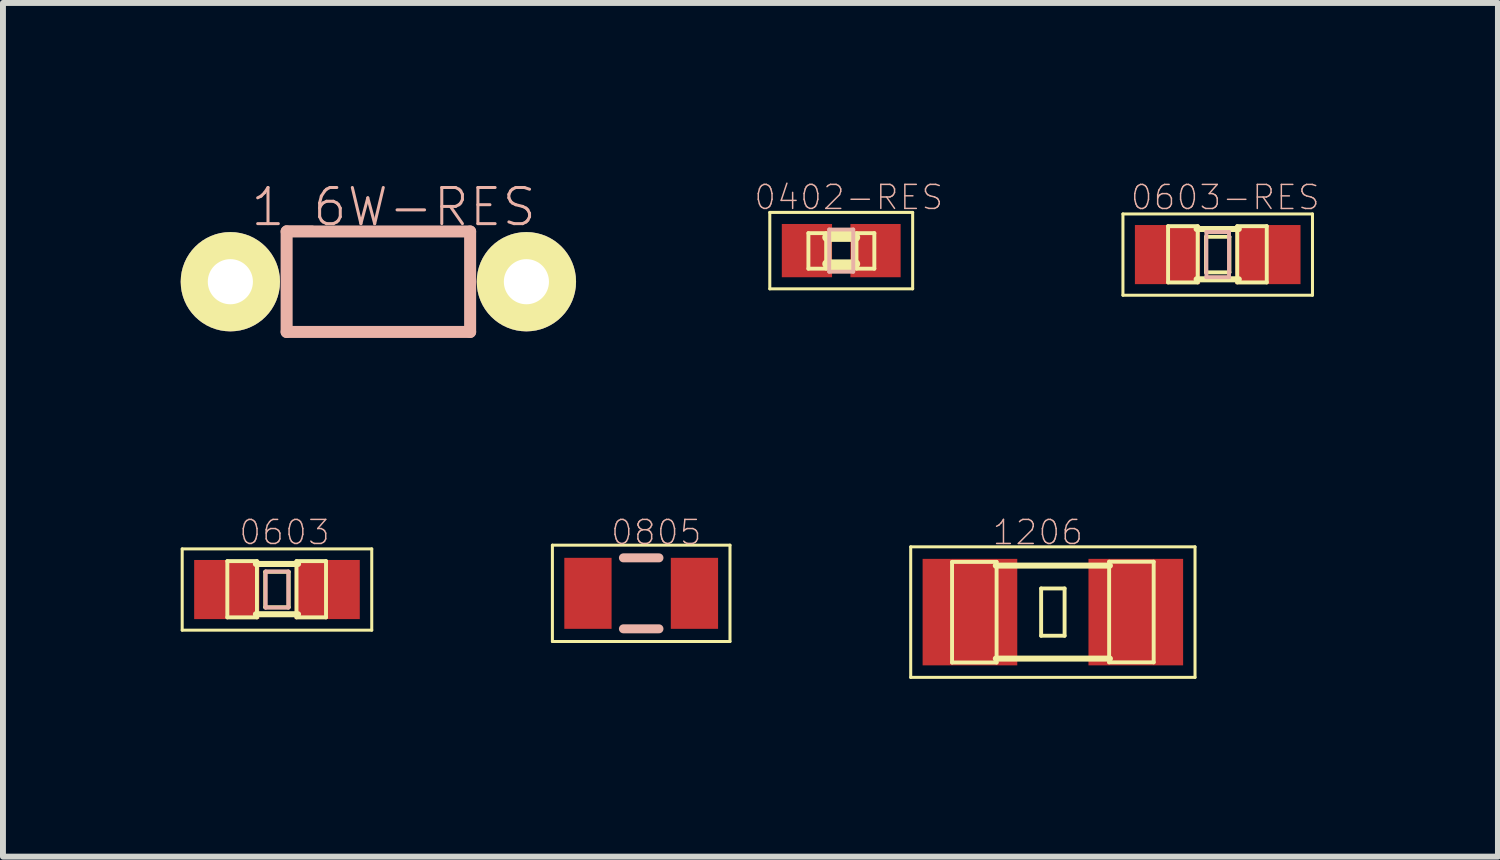
<source format=kicad_pcb>
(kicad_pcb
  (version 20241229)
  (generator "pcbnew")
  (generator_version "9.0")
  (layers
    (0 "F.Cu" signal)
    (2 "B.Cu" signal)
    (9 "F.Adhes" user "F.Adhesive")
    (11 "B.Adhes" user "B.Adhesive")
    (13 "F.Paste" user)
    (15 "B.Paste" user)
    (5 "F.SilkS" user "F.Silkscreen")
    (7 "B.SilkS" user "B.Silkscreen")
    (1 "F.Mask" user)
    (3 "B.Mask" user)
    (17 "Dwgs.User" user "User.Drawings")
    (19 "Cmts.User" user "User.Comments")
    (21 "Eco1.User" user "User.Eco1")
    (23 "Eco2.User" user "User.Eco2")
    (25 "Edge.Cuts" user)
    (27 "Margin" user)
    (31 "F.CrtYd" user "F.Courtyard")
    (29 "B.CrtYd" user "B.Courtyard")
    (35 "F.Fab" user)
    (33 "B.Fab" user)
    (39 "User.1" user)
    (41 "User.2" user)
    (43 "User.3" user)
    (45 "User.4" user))
  (footprint "0603"
    (layer "F.Cu")
    (at 1.626 6.903)
    (property "Reference" "0603" (at 0.127 -0.965 0) (layer "B.SilkS") (effects (font (size 0.406 0.406) (thickness 0.025))))
    (attr smd)
    (fp_line (start -1.6 -0.686) (end 1.6 -0.686) (stroke (width 0.051) (type solid)) (layer "F.SilkS"))
    (fp_line (start -1.6 0.686) (end -1.6 -0.686) (stroke (width 0.051) (type solid)) (layer "F.SilkS"))
    (fp_line (start -0.838 -0.48) (end -0.338 -0.48) (stroke (width 0.066) (type solid)) (layer "F.SilkS"))
    (fp_line (start -0.838 0.47) (end -0.838 -0.48) (stroke (width 0.066) (type solid)) (layer "F.SilkS"))
    (fp_line (start -0.838 0.47) (end -0.338 0.47) (stroke (width 0.066) (type solid)) (layer "F.SilkS"))
    (fp_line (start -0.356 -0.432) (end 0.356 -0.432) (stroke (width 0.102) (type solid)) (layer "F.SilkS"))
    (fp_line (start -0.356 0.417) (end 0.356 0.417) (stroke (width 0.102) (type solid)) (layer "F.SilkS"))
    (fp_line (start -0.338 0.47) (end -0.338 -0.48) (stroke (width 0.066) (type solid)) (layer "F.SilkS"))
    (fp_line (start -0.198 -0.3) (end 0.198 -0.3) (stroke (width 0.066) (type solid)) (layer "F.SilkS"))
    (fp_line (start -0.198 0.3) (end -0.198 -0.3) (stroke (width 0.066) (type solid)) (layer "F.SilkS"))
    (fp_line (start -0.198 0.3) (end 0.198 0.3) (stroke (width 0.066) (type solid)) (layer "F.SilkS"))
    (fp_line (start 0.198 0.3) (end 0.198 -0.3) (stroke (width 0.066) (type solid)) (layer "F.SilkS"))
    (fp_line (start 0.33 -0.48) (end 0.828 -0.48) (stroke (width 0.066) (type solid)) (layer "F.SilkS"))
    (fp_line (start 0.33 0.47) (end 0.33 -0.48) (stroke (width 0.066) (type solid)) (layer "F.SilkS"))
    (fp_line (start 0.33 0.47) (end 0.828 0.47) (stroke (width 0.066) (type solid)) (layer "F.SilkS"))
    (fp_line (start 0.828 0.47) (end 0.828 -0.48) (stroke (width 0.066) (type solid)) (layer "F.SilkS"))
    (fp_line (start 1.6 -0.686) (end 1.6 0.686) (stroke (width 0.051) (type solid)) (layer "F.SilkS"))
    (fp_line (start 1.6 0.686) (end -1.6 0.686) (stroke (width 0.051) (type solid)) (layer "F.SilkS"))
    (fp_line (start -0.191 -0.305) (end 0.191 -0.305) (stroke (width 0.066) (type solid)) (layer "B.SilkS"))
    (fp_line (start -0.191 0.305) (end -0.191 -0.305) (stroke (width 0.066) (type solid)) (layer "B.SilkS"))
    (fp_line (start -0.191 0.305) (end 0.191 0.305) (stroke (width 0.066) (type solid)) (layer "B.SilkS"))
    (fp_line (start 0.191 0.305) (end 0.191 -0.305) (stroke (width 0.066) (type solid)) (layer "B.SilkS"))
    (pad "1" smd rect (at -0.848 0) (size 1.1 0.998) (layers "F.Cu" "F.Mask" "F.Paste"))
    (pad "2" smd rect (at 0.848 0) (size 1.1 0.998) (layers "F.Cu" "F.Mask" "F.Paste")))
  (footprint "1206"
    (layer "F.Cu")
    (at 14.725 7.284)
    (property "Reference" "1206" (at -0.254 -1.346 0) (layer "B.SilkS") (effects (font (size 0.406 0.406) (thickness 0.025))))
    (attr smd)
    (fp_line (start -2.4 -1.102) (end 2.4 -1.102) (stroke (width 0.051) (type solid)) (layer "F.SilkS"))
    (fp_line (start -2.4 1.102) (end -2.4 -1.102) (stroke (width 0.051) (type solid)) (layer "F.SilkS"))
    (fp_line (start -1.702 -0.848) (end -0.95 -0.848) (stroke (width 0.066) (type solid)) (layer "F.SilkS"))
    (fp_line (start -1.702 0.851) (end -1.702 -0.848) (stroke (width 0.066) (type solid)) (layer "F.SilkS"))
    (fp_line (start -1.702 0.851) (end -0.95 0.851) (stroke (width 0.066) (type solid)) (layer "F.SilkS"))
    (fp_line (start -0.963 -0.785) (end 0.963 -0.785) (stroke (width 0.102) (type solid)) (layer "F.SilkS"))
    (fp_line (start -0.963 0.785) (end 0.963 0.785) (stroke (width 0.102) (type solid)) (layer "F.SilkS"))
    (fp_line (start -0.95 0.851) (end -0.95 -0.848) (stroke (width 0.066) (type solid)) (layer "F.SilkS"))
    (fp_line (start -0.198 -0.399) (end 0.198 -0.399) (stroke (width 0.066) (type solid)) (layer "F.SilkS"))
    (fp_line (start -0.198 0.399) (end -0.198 -0.399) (stroke (width 0.066) (type solid)) (layer "F.SilkS"))
    (fp_line (start -0.198 0.399) (end 0.198 0.399) (stroke (width 0.066) (type solid)) (layer "F.SilkS"))
    (fp_line (start 0.198 0.399) (end 0.198 -0.399) (stroke (width 0.066) (type solid)) (layer "F.SilkS"))
    (fp_line (start 0.95 -0.851) (end 1.702 -0.851) (stroke (width 0.066) (type solid)) (layer "F.SilkS"))
    (fp_line (start 0.95 0.848) (end 0.95 -0.851) (stroke (width 0.066) (type solid)) (layer "F.SilkS"))
    (fp_line (start 0.95 0.848) (end 1.702 0.848) (stroke (width 0.066) (type solid)) (layer "F.SilkS"))
    (fp_line (start 1.702 0.848) (end 1.702 -0.851) (stroke (width 0.066) (type solid)) (layer "F.SilkS"))
    (fp_line (start 2.4 -1.102) (end 2.4 1.102) (stroke (width 0.051) (type solid)) (layer "F.SilkS"))
    (fp_line (start 2.4 1.102) (end -2.4 1.102) (stroke (width 0.051) (type solid)) (layer "F.SilkS"))
    (pad "1" smd rect (at -1.4 0) (size 1.598 1.798) (layers "F.Cu" "F.Mask" "F.Paste"))
    (pad "2" smd rect (at 1.4 0) (size 1.598 1.798) (layers "F.Cu" "F.Mask" "F.Paste")))
  (footprint "0603-RES"
    (layer "F.Cu")
    (at 17.508 1.248)
    (property "Reference" "0603-RES" (at 0.127 -0.965 0) (layer "B.SilkS") (effects (font (size 0.406 0.406) (thickness 0.025))))
    (attr smd)
    (fp_line (start -1.6 -0.686) (end 1.6 -0.686) (stroke (width 0.051) (type solid)) (layer "F.SilkS"))
    (fp_line (start -1.6 0.686) (end -1.6 -0.686) (stroke (width 0.051) (type solid)) (layer "F.SilkS"))
    (fp_line (start -0.838 -0.48) (end -0.338 -0.48) (stroke (width 0.066) (type solid)) (layer "F.SilkS"))
    (fp_line (start -0.838 0.47) (end -0.838 -0.48) (stroke (width 0.066) (type solid)) (layer "F.SilkS"))
    (fp_line (start -0.838 0.47) (end -0.338 0.47) (stroke (width 0.066) (type solid)) (layer "F.SilkS"))
    (fp_line (start -0.356 -0.432) (end 0.356 -0.432) (stroke (width 0.102) (type solid)) (layer "F.SilkS"))
    (fp_line (start -0.356 0.417) (end 0.356 0.417) (stroke (width 0.102) (type solid)) (layer "F.SilkS"))
    (fp_line (start -0.338 0.47) (end -0.338 -0.48) (stroke (width 0.066) (type solid)) (layer "F.SilkS"))
    (fp_line (start -0.198 -0.3) (end 0.198 -0.3) (stroke (width 0.066) (type solid)) (layer "F.SilkS"))
    (fp_line (start -0.198 0.3) (end -0.198 -0.3) (stroke (width 0.066) (type solid)) (layer "F.SilkS"))
    (fp_line (start -0.198 0.3) (end 0.198 0.3) (stroke (width 0.066) (type solid)) (layer "F.SilkS"))
    (fp_line (start 0.198 0.3) (end 0.198 -0.3) (stroke (width 0.066) (type solid)) (layer "F.SilkS"))
    (fp_line (start 0.33 -0.48) (end 0.828 -0.48) (stroke (width 0.066) (type solid)) (layer "F.SilkS"))
    (fp_line (start 0.33 0.47) (end 0.33 -0.48) (stroke (width 0.066) (type solid)) (layer "F.SilkS"))
    (fp_line (start 0.33 0.47) (end 0.828 0.47) (stroke (width 0.066) (type solid)) (layer "F.SilkS"))
    (fp_line (start 0.828 0.47) (end 0.828 -0.48) (stroke (width 0.066) (type solid)) (layer "F.SilkS"))
    (fp_line (start 1.6 -0.686) (end 1.6 0.686) (stroke (width 0.051) (type solid)) (layer "F.SilkS"))
    (fp_line (start 1.6 0.686) (end -1.6 0.686) (stroke (width 0.051) (type solid)) (layer "F.SilkS"))
    (fp_line (start -0.191 -0.381) (end 0.191 -0.381) (stroke (width 0.066) (type solid)) (layer "B.SilkS"))
    (fp_line (start -0.191 0.381) (end -0.191 -0.381) (stroke (width 0.066) (type solid)) (layer "B.SilkS"))
    (fp_line (start -0.191 0.381) (end 0.191 0.381) (stroke (width 0.066) (type solid)) (layer "B.SilkS"))
    (fp_line (start 0.191 0.381) (end 0.191 -0.381) (stroke (width 0.066) (type solid)) (layer "B.SilkS"))
    (pad "1" smd rect (at -0.848 0) (size 1.1 0.998) (layers "F.Cu" "F.Mask" "F.Paste"))
    (pad "2" smd rect (at 0.848 0) (size 1.1 0.998) (layers "F.Cu" "F.Mask" "F.Paste")))
  (footprint "1_6W-RES"
    (layer "F.Cu")
    (at 3.338 1.706)
    (property "Reference" "1_6W-RES" (at 0.257 -1.26 0) (layer "B.SilkS") (effects (font (size 0.61 0.61) (thickness 0.051))))
    (attr exclude_from_pos_files exclude_from_bom)
    (fp_line (start -1.549 -0.848) (end -1.549 0.848) (stroke (width 0.203) (type solid)) (layer "B.SilkS"))
    (fp_line (start -1.549 0.848) (end 1.549 0.848) (stroke (width 0.203) (type solid)) (layer "B.SilkS"))
    (fp_line (start 1.549 -0.848) (end -1.549 -0.848) (stroke (width 0.203) (type solid)) (layer "B.SilkS"))
    (fp_line (start 1.549 0.848) (end 1.549 -0.848) (stroke (width 0.203) (type solid)) (layer "B.SilkS"))
    (pad "1" thru_hole circle (at -2.499 0) (size 1.676 1.676) (drill 0.762) (layers "*.Cu" "F.Mask" "F.SilkS" "F.Paste"))
    (pad "2" thru_hole circle (at 2.499 0) (size 1.676 1.676) (drill 0.762) (layers "*.Cu" "F.Mask" "F.SilkS" "F.Paste")))
  (footprint "0402-RES"
    (layer "F.Cu")
    (at 11.152 1.181)
    (property "Reference" "0402-RES" (at 0.127 -0.899 0) (layer "B.SilkS") (effects (font (size 0.406 0.406) (thickness 0.025))))
    (attr smd)
    (fp_line (start -1.206 -0.645) (end 1.206 -0.645) (stroke (width 0.051) (type solid)) (layer "F.SilkS"))
    (fp_line (start -1.206 0.645) (end -1.206 -0.645) (stroke (width 0.051) (type solid)) (layer "F.SilkS"))
    (fp_line (start -0.554 -0.295) (end -0.254 -0.295) (stroke (width 0.066) (type solid)) (layer "F.SilkS"))
    (fp_line (start -0.554 0.305) (end -0.554 -0.295) (stroke (width 0.066) (type solid)) (layer "F.SilkS"))
    (fp_line (start -0.554 0.305) (end -0.254 0.305) (stroke (width 0.066) (type solid)) (layer "F.SilkS"))
    (fp_line (start -0.254 0.305) (end -0.254 -0.295) (stroke (width 0.066) (type solid)) (layer "F.SilkS"))
    (fp_line (start -0.244 -0.224) (end 0.244 -0.224) (stroke (width 0.152) (type solid)) (layer "F.SilkS"))
    (fp_line (start -0.198 -0.3) (end 0.198 -0.3) (stroke (width 0.066) (type solid)) (layer "F.SilkS"))
    (fp_line (start -0.198 0.3) (end -0.198 -0.3) (stroke (width 0.066) (type solid)) (layer "F.SilkS"))
    (fp_line (start -0.198 0.3) (end 0.198 0.3) (stroke (width 0.066) (type solid)) (layer "F.SilkS"))
    (fp_line (start 0.198 0.3) (end 0.198 -0.3) (stroke (width 0.066) (type solid)) (layer "F.SilkS"))
    (fp_line (start 0.244 0.224) (end -0.244 0.224) (stroke (width 0.152) (type solid)) (layer "F.SilkS"))
    (fp_line (start 0.257 -0.295) (end 0.559 -0.295) (stroke (width 0.066) (type solid)) (layer "F.SilkS"))
    (fp_line (start 0.257 0.305) (end 0.257 -0.295) (stroke (width 0.066) (type solid)) (layer "F.SilkS"))
    (fp_line (start 0.257 0.305) (end 0.559 0.305) (stroke (width 0.066) (type solid)) (layer "F.SilkS"))
    (fp_line (start 0.559 0.305) (end 0.559 -0.295) (stroke (width 0.066) (type solid)) (layer "F.SilkS"))
    (fp_line (start 1.206 -0.645) (end 1.206 0.645) (stroke (width 0.051) (type solid)) (layer "F.SilkS"))
    (fp_line (start 1.206 0.645) (end -1.206 0.645) (stroke (width 0.051) (type solid)) (layer "F.SilkS"))
    (fp_line (start -0.203 -0.356) (end 0.203 -0.356) (stroke (width 0.066) (type solid)) (layer "B.SilkS"))
    (fp_line (start -0.203 0.356) (end -0.203 -0.356) (stroke (width 0.066) (type solid)) (layer "B.SilkS"))
    (fp_line (start -0.203 0.356) (end 0.203 0.356) (stroke (width 0.066) (type solid)) (layer "B.SilkS"))
    (fp_line (start 0.203 0.356) (end 0.203 -0.356) (stroke (width 0.066) (type solid)) (layer "B.SilkS"))
    (pad "1" smd rect (at -0.579 0) (size 0.848 0.899) (layers "F.Cu" "F.Mask" "F.Paste"))
    (pad "2" smd rect (at 0.579 0) (size 0.848 0.899) (layers "F.Cu" "F.Mask" "F.Paste")))
  (footprint "0805"
    (layer "F.Cu")
    (at 7.775 6.967)
    (property "Reference" "0805" (at 0.254 -1.029 0) (layer "B.SilkS") (effects (font (size 0.406 0.406) (thickness 0.025))))
    (attr smd)
    (fp_line (start -1.499 -0.813) (end 1.499 -0.813) (stroke (width 0.051) (type solid)) (layer "F.SilkS"))
    (fp_line (start -1.499 0.813) (end -1.499 -0.813) (stroke (width 0.051) (type solid)) (layer "F.SilkS"))
    (fp_line (start 1.499 -0.813) (end 1.499 0.813) (stroke (width 0.051) (type solid)) (layer "F.SilkS"))
    (fp_line (start 1.499 0.813) (end -1.499 0.813) (stroke (width 0.051) (type solid)) (layer "F.SilkS"))
    (fp_line (start -0.3 -0.599) (end 0.3 -0.599) (stroke (width 0.152) (type solid)) (layer "B.SilkS"))
    (fp_line (start -0.3 0.599) (end 0.3 0.599) (stroke (width 0.152) (type solid)) (layer "B.SilkS"))
    (pad "1" smd rect (at -0.899 0) (size 0.798 1.199) (layers "F.Cu" "F.Mask" "F.Paste"))
    (pad "2" smd rect (at 0.899 0) (size 0.798 1.199) (layers "F.Cu" "F.Mask" "F.Paste")))
  (gr_rect
    (start -3 -3)
    (end 22.239 11.412)
    (stroke (width 0.1) (type default))
    (fill no)
    (layer "Edge.Cuts")))
</source>
